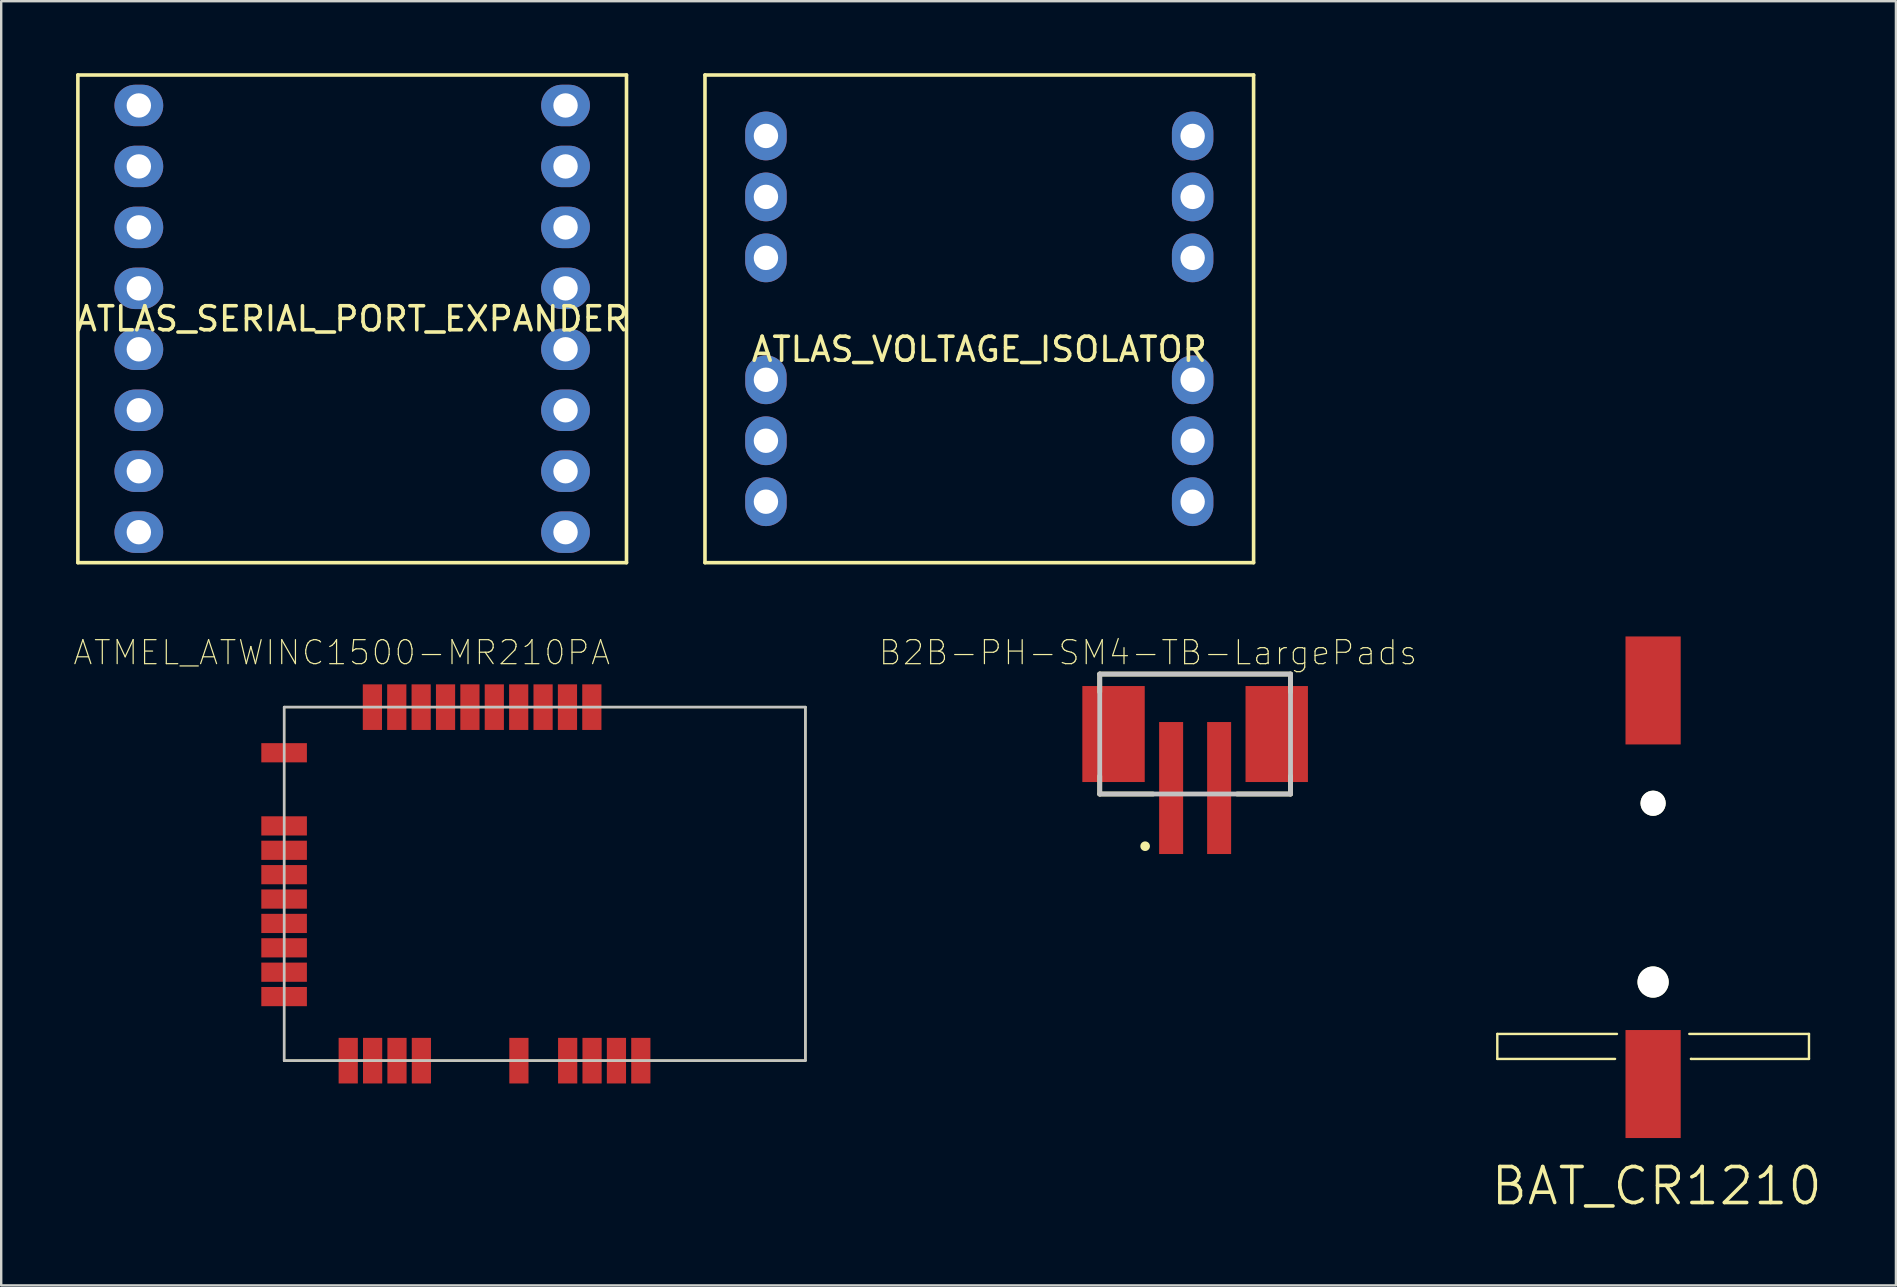
<source format=kicad_pcb>
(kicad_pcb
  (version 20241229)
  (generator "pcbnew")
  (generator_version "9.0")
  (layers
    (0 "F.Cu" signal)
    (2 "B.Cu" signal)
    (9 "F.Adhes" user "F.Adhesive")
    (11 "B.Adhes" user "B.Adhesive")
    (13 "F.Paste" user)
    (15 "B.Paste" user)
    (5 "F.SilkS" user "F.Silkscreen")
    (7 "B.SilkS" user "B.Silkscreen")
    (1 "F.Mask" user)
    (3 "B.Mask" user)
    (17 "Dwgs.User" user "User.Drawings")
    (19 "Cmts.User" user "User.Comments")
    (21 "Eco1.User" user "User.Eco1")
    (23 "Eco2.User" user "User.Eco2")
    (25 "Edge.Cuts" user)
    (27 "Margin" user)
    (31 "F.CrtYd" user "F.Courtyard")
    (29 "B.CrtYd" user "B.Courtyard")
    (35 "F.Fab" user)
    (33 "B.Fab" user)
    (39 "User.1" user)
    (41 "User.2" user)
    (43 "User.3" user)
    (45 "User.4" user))
  (footprint "B2B-PH-SM4-TB-LargePads"
    (layer "F.Cu")
    (at 46.749 29.786)
    (property "Reference" "B2B-PH-SM4-TB-LargePads" (at -1.963 -5.642 0) (layer "F.SilkS") (effects (font (size 1.001 1.001) (thickness 0.05))))
    (attr smd)
    (fp_line (start -3.975 -4.75) (end -3.975 -4) (stroke (width 0.2) (type solid)) (layer "F.SilkS"))
    (fp_line (start -3.975 -4.75) (end 3.975 -4.75) (stroke (width 0.2) (type solid)) (layer "F.SilkS"))
    (fp_line (start -3.975 -0.5) (end -3.975 0.25) (stroke (width 0.2) (type solid)) (layer "F.SilkS"))
    (fp_line (start -3.975 0.25) (end -1.75 0.25) (stroke (width 0.2) (type solid)) (layer "F.SilkS"))
    (fp_line (start 1.75 0.25) (end 3.975 0.25) (stroke (width 0.2) (type solid)) (layer "F.SilkS"))
    (fp_line (start 3.975 -4.75) (end 3.975 -4) (stroke (width 0.2) (type solid)) (layer "F.SilkS"))
    (fp_line (start 3.975 0.25) (end 3.975 -0.5) (stroke (width 0.2) (type solid)) (layer "F.SilkS"))
    (fp_circle (center -2.083 2.424) (end -1.883 2.424) (stroke (width 0) (type solid)) (fill yes) (layer "F.SilkS"))
    (fp_line (start -3.975 -4.75) (end 3.975 -4.75) (stroke (width 0.2) (type solid)) (layer "Dwgs.User"))
    (fp_line (start -3.975 0.25) (end -3.975 -4.75) (stroke (width 0.2) (type solid)) (layer "Dwgs.User"))
    (fp_line (start 3.975 -4.75) (end 3.975 0.25) (stroke (width 0.2) (type solid)) (layer "Dwgs.User"))
    (fp_line (start 3.975 0.25) (end -3.975 0.25) (stroke (width 0.2) (type solid)) (layer "Dwgs.User"))
    (fp_line (start -4.5 -5) (end 4.5 -5) (stroke (width 0.05) (type solid)) (layer "Eco1.User"))
    (fp_line (start -4.5 3) (end -4.5 -5) (stroke (width 0.05) (type solid)) (layer "Eco1.User"))
    (fp_line (start 4.5 -5) (end 4.5 3) (stroke (width 0.05) (type solid)) (layer "Eco1.User"))
    (fp_line (start 4.5 3) (end -4.5 3) (stroke (width 0.05) (type solid)) (layer "Eco1.User"))
    (pad "1" smd rect (at -1 0) (size 1 5.5) (layers "F.Cu" "F.Mask" "F.Paste"))
    (pad "2" smd rect (at 1 0) (size 1 5.5) (layers "F.Cu" "F.Mask" "F.Paste"))
    (pad "3" smd rect (at -3.4 -2.25) (size 2.6 4) (layers "F.Cu" "F.Mask" "F.Paste"))
    (pad "4" smd rect (at 3.4 -2.25) (size 2.6 4) (layers "F.Cu" "F.Mask" "F.Paste")))
  (footprint "ATLAS_VOLTAGE_ISOLATOR"
    (layer "F.Cu")
    (at 36.485 10.235)
    (property "Reference" "ATLAS_VOLTAGE_ISOLATOR" (at 1.27 1.27 0) (layer "F.SilkS") (effects (font (size 1 1) (thickness 0.15))))
    (attr through_hole)
    (fp_line (start -10.16 -10.16) (end -10.16 10.16) (stroke (width 0.15) (type solid)) (layer "F.SilkS"))
    (fp_line (start -10.16 10.16) (end 12.7 10.16) (stroke (width 0.15) (type solid)) (layer "F.SilkS"))
    (fp_line (start 12.7 -10.16) (end -10.16 -10.16) (stroke (width 0.15) (type solid)) (layer "F.SilkS"))
    (fp_line (start 12.7 10.16) (end 12.7 -10.16) (stroke (width 0.15) (type solid)) (layer "F.SilkS"))
    (pad "1" thru_hole oval (at -7.62 2.54) (size 1.722 2.032) (drill 1.016) (layers "*.Cu" "*.Mask"))
    (pad "2" thru_hole oval (at -7.62 -2.54) (size 1.727 2.032) (drill 1.016) (layers "*.Cu" "*.Mask"))
    (pad "3" thru_hole oval (at -7.62 7.62) (size 1.727 2.032) (drill 1.016) (layers "*.Cu" "*.Mask"))
    (pad "4" thru_hole oval (at -7.62 5.08) (size 1.727 2.032) (drill 1.016) (layers "*.Cu" "*.Mask"))
    (pad "5" thru_hole oval (at -7.62 -5.08) (size 1.727 2.032) (drill 1.016) (layers "*.Cu" "*.Mask"))
    (pad "6" thru_hole oval (at -7.62 -7.62) (size 1.727 2.032) (drill 1.016) (layers "*.Cu" "*.Mask"))
    (pad "7" thru_hole oval (at 10.16 2.54) (size 1.727 2.032) (drill 1.016) (layers "*.Cu" "*.Mask"))
    (pad "8" thru_hole oval (at 10.16 -2.54) (size 1.727 2.032) (drill 1.016) (layers "*.Cu" "*.Mask"))
    (pad "9" thru_hole oval (at 10.16 7.62) (size 1.727 2.032) (drill 1.016) (layers "*.Cu" "*.Mask"))
    (pad "10" thru_hole oval (at 10.16 5.08) (size 1.727 2.032) (drill 1.016) (layers "*.Cu" "*.Mask"))
    (pad "11" thru_hole oval (at 10.16 -5.08) (size 1.727 2.032) (drill 1.016) (layers "*.Cu" "*.Mask"))
    (pad "12" thru_hole oval (at 10.16 -7.62) (size 1.727 2.032) (drill 1.016) (layers "*.Cu" "*.Mask")))
  (footprint "ATMEL_ATWINC1500-MR210PA"
    (layer "F.Cu")
    (at 19.649 33.778)
    (property "Reference" "ATMEL_ATWINC1500-MR210PA" (at -8.46 -9.635 0) (layer "F.SilkS") (effects (font (size 1 1) (thickness 0.05))))
    (attr smd)
    (fp_line (start -10.86 -7.365) (end -10.86 7.365) (stroke (width 0.1) (type solid)) (layer "F.SilkS"))
    (fp_line (start -10.86 7.365) (end 10.86 7.365) (stroke (width 0.1) (type solid)) (layer "F.SilkS"))
    (fp_line (start 10.86 -7.365) (end -10.86 -7.365) (stroke (width 0.1) (type solid)) (layer "F.SilkS"))
    (fp_line (start 10.86 7.365) (end 10.86 -7.365) (stroke (width 0.1) (type solid)) (layer "F.SilkS"))
    (fp_line (start -10.86 -7.365) (end -10.86 7.365) (stroke (width 0.1) (type solid)) (layer "Dwgs.User"))
    (fp_line (start -10.86 7.365) (end 10.86 7.365) (stroke (width 0.1) (type solid)) (layer "Dwgs.User"))
    (fp_line (start 10.86 -7.365) (end -10.86 -7.365) (stroke (width 0.1) (type solid)) (layer "Dwgs.User"))
    (fp_line (start 10.86 7.365) (end 10.86 -7.365) (stroke (width 0.1) (type solid)) (layer "Dwgs.User"))
    (pad "1" smd rect (at -8.189 7.368 90) (size 1.9 0.8) (layers "F.Cu" "F.Mask" "F.Paste"))
    (pad "2" smd rect (at -7.173 7.368 90) (size 1.9 0.8) (layers "F.Cu" "F.Mask" "F.Paste"))
    (pad "3" smd rect (at -6.157 7.368 90) (size 1.9 0.8) (layers "F.Cu" "F.Mask" "F.Paste"))
    (pad "4" smd rect (at -5.141 7.368 90) (size 1.9 0.8) (layers "F.Cu" "F.Mask" "F.Paste"))
    (pad "5" smd rect (at -1.077 7.368 90) (size 1.9 0.8) (layers "F.Cu" "F.Mask" "F.Paste"))
    (pad "6" smd rect (at 0.955 7.368 90) (size 1.9 0.8) (layers "F.Cu" "F.Mask" "F.Paste"))
    (pad "7" smd rect (at 1.971 7.368 90) (size 1.9 0.8) (layers "F.Cu" "F.Mask" "F.Paste"))
    (pad "8" smd rect (at 2.987 7.368 90) (size 1.9 0.8) (layers "F.Cu" "F.Mask" "F.Paste"))
    (pad "9" smd rect (at 4.003 7.368 90) (size 1.9 0.8) (layers "F.Cu" "F.Mask" "F.Paste"))
    (pad "10" smd rect (at 1.962 -7.362 90) (size 1.9 0.8) (layers "F.Cu" "F.Mask" "F.Paste"))
    (pad "11" smd rect (at 0.946 -7.362 90) (size 1.9 0.8) (layers "F.Cu" "F.Mask" "F.Paste"))
    (pad "12" smd rect (at -0.07 -7.362 90) (size 1.9 0.8) (layers "F.Cu" "F.Mask" "F.Paste"))
    (pad "13" smd rect (at -1.086 -7.362 90) (size 1.9 0.8) (layers "F.Cu" "F.Mask" "F.Paste"))
    (pad "14" smd rect (at -2.102 -7.362 90) (size 1.9 0.8) (layers "F.Cu" "F.Mask" "F.Paste"))
    (pad "15" smd rect (at -3.118 -7.362 90) (size 1.9 0.8) (layers "F.Cu" "F.Mask" "F.Paste"))
    (pad "16" smd rect (at -4.134 -7.362 90) (size 1.9 0.8) (layers "F.Cu" "F.Mask" "F.Paste"))
    (pad "17" smd rect (at -5.15 -7.362 90) (size 1.9 0.8) (layers "F.Cu" "F.Mask" "F.Paste"))
    (pad "18" smd rect (at -6.166 -7.362 90) (size 1.9 0.8) (layers "F.Cu" "F.Mask" "F.Paste"))
    (pad "19" smd rect (at -7.182 -7.362 90) (size 1.9 0.8) (layers "F.Cu" "F.Mask" "F.Paste"))
    (pad "20" smd rect (at -10.861 -5.462) (size 1.9 0.8) (layers "F.Cu" "F.Mask" "F.Paste"))
    (pad "21" smd rect (at -10.861 -2.414) (size 1.9 0.8) (layers "F.Cu" "F.Mask" "F.Paste"))
    (pad "22" smd rect (at -10.861 -1.398) (size 1.9 0.8) (layers "F.Cu" "F.Mask" "F.Paste"))
    (pad "23" smd rect (at -10.861 -0.382) (size 1.9 0.8) (layers "F.Cu" "F.Mask" "F.Paste"))
    (pad "24" smd rect (at -10.861 0.634) (size 1.9 0.8) (layers "F.Cu" "F.Mask" "F.Paste"))
    (pad "25" smd rect (at -10.861 1.65) (size 1.9 0.8) (layers "F.Cu" "F.Mask" "F.Paste"))
    (pad "26" smd rect (at -10.861 2.666) (size 1.9 0.8) (layers "F.Cu" "F.Mask" "F.Paste"))
    (pad "27" smd rect (at -10.861 3.682) (size 1.9 0.8) (layers "F.Cu" "F.Mask" "F.Paste"))
    (pad "28" smd rect (at -10.861 4.698) (size 1.9 0.8) (layers "F.Cu" "F.Mask" "F.Paste")))
  (footprint "BAT_CR1210"
    (layer "F.Cu")
    (at 65.832 33.92)
    (property "Reference" "BAT_CR1210" (at 0.15 12.45 0) (layer "F.SilkS") (effects (font (size 1.5 1.5) (thickness 0.15))))
    (attr through_hole)
    (fp_line (start -6.492 6.112) (end -1.506 6.112) (stroke (width 0.1) (type solid)) (layer "F.SilkS"))
    (fp_line (start -6.492 7.153) (end -6.492 6.112) (stroke (width 0.1) (type solid)) (layer "F.SilkS"))
    (fp_line (start -1.585 7.153) (end -6.492 7.153) (stroke (width 0.1) (type solid)) (layer "F.SilkS"))
    (fp_line (start 1.508 6.112) (end 6.495 6.112) (stroke (width 0.1) (type solid)) (layer "F.SilkS"))
    (fp_line (start 1.582 7.153) (end 1.577 7.153) (stroke (width 0.1) (type solid)) (layer "F.SilkS"))
    (fp_line (start 6.495 6.112) (end 6.495 7.153) (stroke (width 0.1) (type solid)) (layer "F.SilkS"))
    (fp_line (start 6.495 7.153) (end 1.582 7.153) (stroke (width 0.1) (type solid)) (layer "F.SilkS"))
    (pad "" np_thru_hole circle (at 0 -3.5) (size 1.05 1.05) (drill 1.05) (layers "*.Cu" "*.Mask" "F.SilkS"))
    (pad "" np_thru_hole circle (at 0 3.95) (size 1.3 1.3) (drill 1.3) (layers "*.Cu" "*.Mask" "F.SilkS"))
    (pad "1" smd rect (at 0 8.2) (size 2.3 4.5) (layers "F.Cu" "F.Mask" "F.Paste"))
    (pad "2" smd rect (at 0 -8.2) (size 2.3 4.5) (layers "F.Cu" "F.Mask" "F.Paste")))
  (footprint "ATLAS_SERIAL_PORT_EXPANDER"
    (layer "F.Cu")
    (at 10.355 8.965)
    (property "Reference" "ATLAS_SERIAL_PORT_EXPANDER" (at 1.27 1.27 0) (layer "F.SilkS") (effects (font (size 1 1) (thickness 0.15))))
    (attr through_hole)
    (fp_line (start -10.16 -8.89) (end -10.16 11.43) (stroke (width 0.15) (type solid)) (layer "F.SilkS"))
    (fp_line (start -10.16 11.43) (end 12.7 11.43) (stroke (width 0.15) (type solid)) (layer "F.SilkS"))
    (fp_line (start 12.7 -8.89) (end -10.16 -8.89) (stroke (width 0.15) (type solid)) (layer "F.SilkS"))
    (fp_line (start 12.7 11.43) (end 12.7 -8.89) (stroke (width 0.15) (type solid)) (layer "F.SilkS"))
    (pad "1" thru_hole oval (at -7.62 -7.62 270) (size 1.727 2.032) (drill 1.016) (layers "*.Cu" "*.Mask"))
    (pad "2" thru_hole oval (at -7.62 7.62 90) (size 1.727 2.032) (drill 1.016) (layers "*.Cu" "*.Mask"))
    (pad "3" thru_hole oval (at -7.62 -2.54 90) (size 1.727 2.032) (drill 1.016) (layers "*.Cu" "*.Mask"))
    (pad "4" thru_hole oval (at -7.62 -5.08 90) (size 1.727 2.032) (drill 1.016) (layers "*.Cu" "*.Mask"))
    (pad "5" thru_hole oval (at -7.62 0 90) (size 1.727 2.032) (drill 1.016) (layers "*.Cu" "*.Mask"))
    (pad "6" thru_hole oval (at -7.62 2.54 90) (size 1.727 2.032) (drill 1.016) (layers "*.Cu" "*.Mask"))
    (pad "7" thru_hole oval (at -7.62 5.08 90) (size 1.727 2.032) (drill 1.016) (layers "*.Cu" "*.Mask"))
    (pad "8" thru_hole oval (at 10.16 -5.08 90) (size 1.727 2.032) (drill 1.016) (layers "*.Cu" "*.Mask"))
    (pad "9" thru_hole oval (at 10.16 -7.62 90) (size 1.727 2.032) (drill 1.016) (layers "*.Cu" "*.Mask"))
    (pad "10" thru_hole oval (at 10.16 0 90) (size 1.727 2.032) (drill 1.016) (layers "*.Cu" "*.Mask"))
    (pad "11" thru_hole oval (at 10.16 -2.54 90) (size 1.727 2.032) (drill 1.016) (layers "*.Cu" "*.Mask"))
    (pad "12" thru_hole oval (at 10.16 5.08 90) (size 1.727 2.032) (drill 1.016) (layers "*.Cu" "*.Mask"))
    (pad "13" thru_hole oval (at 10.16 2.54 90) (size 1.727 2.032) (drill 1.016) (layers "*.Cu" "*.Mask"))
    (pad "14" thru_hole oval (at 10.16 10.16 90) (size 1.727 2.032) (drill 1.016) (layers "*.Cu" "*.Mask"))
    (pad "15" thru_hole oval (at 10.16 7.62 90) (size 1.727 2.032) (drill 1.016) (layers "*.Cu" "*.Mask"))
    (pad "~" thru_hole oval (at -7.62 10.16 90) (size 1.727 2.032) (drill 1.016) (layers "*.Cu" "*.Mask")))
  (gr_rect
    (start -3 -3)
    (end 75.95 50.511)
    (stroke (width 0.1) (type default))
    (fill no)
    (layer "Edge.Cuts")))
</source>
